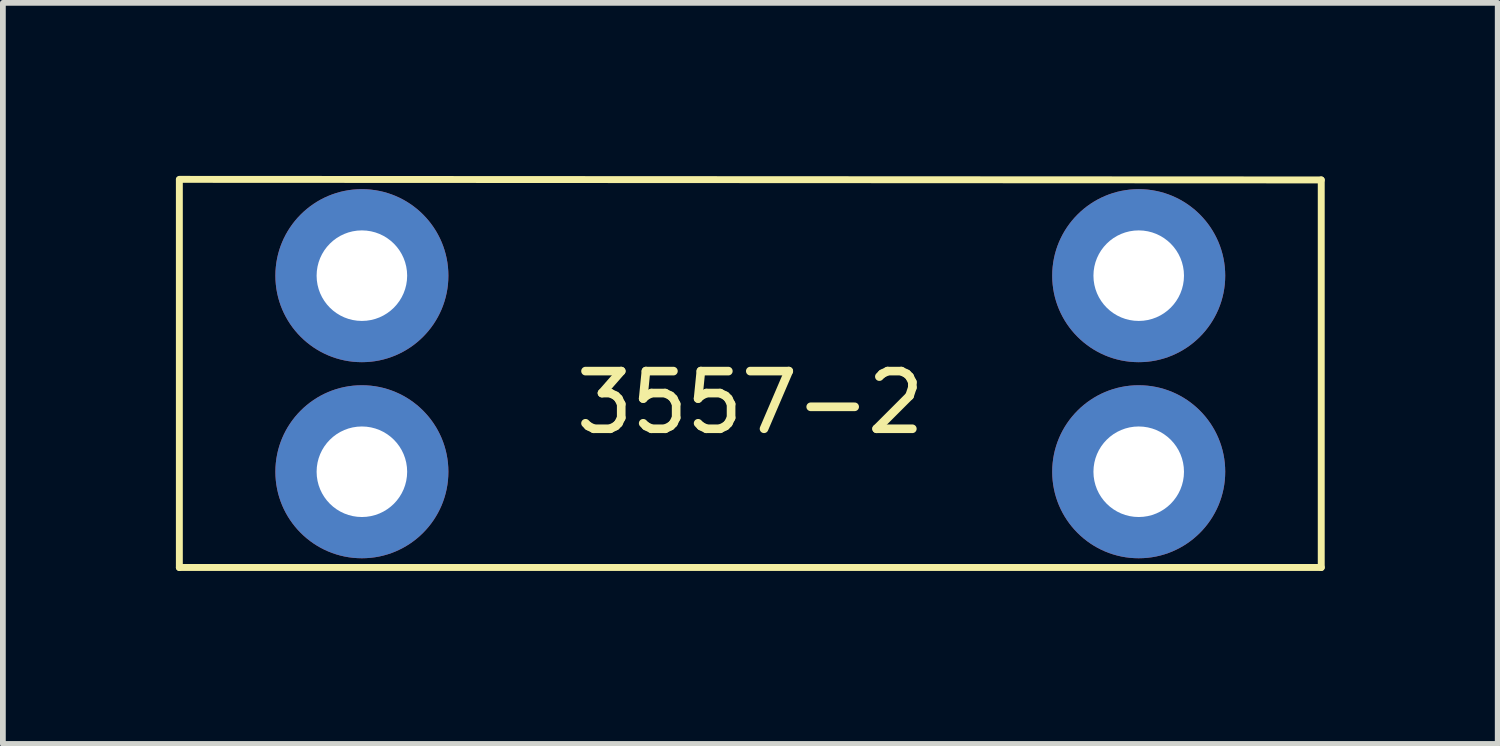
<source format=kicad_pcb>
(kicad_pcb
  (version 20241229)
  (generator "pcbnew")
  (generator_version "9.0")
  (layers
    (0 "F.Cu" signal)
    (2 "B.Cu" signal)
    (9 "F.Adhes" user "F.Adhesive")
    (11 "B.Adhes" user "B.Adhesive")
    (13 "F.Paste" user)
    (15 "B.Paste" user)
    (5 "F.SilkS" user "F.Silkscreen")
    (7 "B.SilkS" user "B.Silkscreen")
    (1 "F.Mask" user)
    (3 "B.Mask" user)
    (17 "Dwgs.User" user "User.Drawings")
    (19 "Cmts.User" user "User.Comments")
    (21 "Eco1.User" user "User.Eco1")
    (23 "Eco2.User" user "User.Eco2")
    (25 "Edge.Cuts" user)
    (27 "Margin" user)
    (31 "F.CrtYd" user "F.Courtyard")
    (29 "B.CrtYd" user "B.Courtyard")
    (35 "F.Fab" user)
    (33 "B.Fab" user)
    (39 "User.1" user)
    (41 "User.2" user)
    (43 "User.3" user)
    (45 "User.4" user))
  (footprint "3557-2"
    (layer "F.Cu")
    (at 9.96 3.43)
    (property "Reference" "3557-2" (at 0 0.5 0) (layer "F.SilkS") (effects (font (size 1 1) (thickness 0.15))))
    (attr through_hole)
    (fp_line (start -9.9 -3.37) (end 9.9 -3.36) (stroke (width 0.12) (type solid)) (layer "F.SilkS"))
    (fp_line (start -9.9 -3.36) (end -9.9 3.36) (stroke (width 0.12) (type solid)) (layer "F.SilkS"))
    (fp_line (start 9.9 -3.36) (end 9.9 3.36) (stroke (width 0.12) (type solid)) (layer "F.SilkS"))
    (fp_line (start 9.9 3.36) (end -9.9 3.36) (stroke (width 0.12) (type solid)) (layer "F.SilkS"))
    (pad "1" thru_hole circle (at -6.735 -1.7) (size 3 3) (drill 1.57) (layers "*.Cu" "F.Mask"))
    (pad "1" thru_hole circle (at -6.735 1.7) (size 3 3) (drill 1.57) (layers "*.Cu" "*.Mask"))
    (pad "2" thru_hole circle (at 6.735 -1.7) (size 3 3) (drill 1.57) (layers "*.Cu" "F.Mask"))
    (pad "2" thru_hole circle (at 6.735 1.7) (size 3 3) (drill 1.57) (layers "*.Cu" "*.Mask")))
  (gr_rect
    (start -3 -3)
    (end 22.92 9.85)
    (stroke (width 0.1) (type default))
    (fill no)
    (layer "Edge.Cuts")))
</source>
